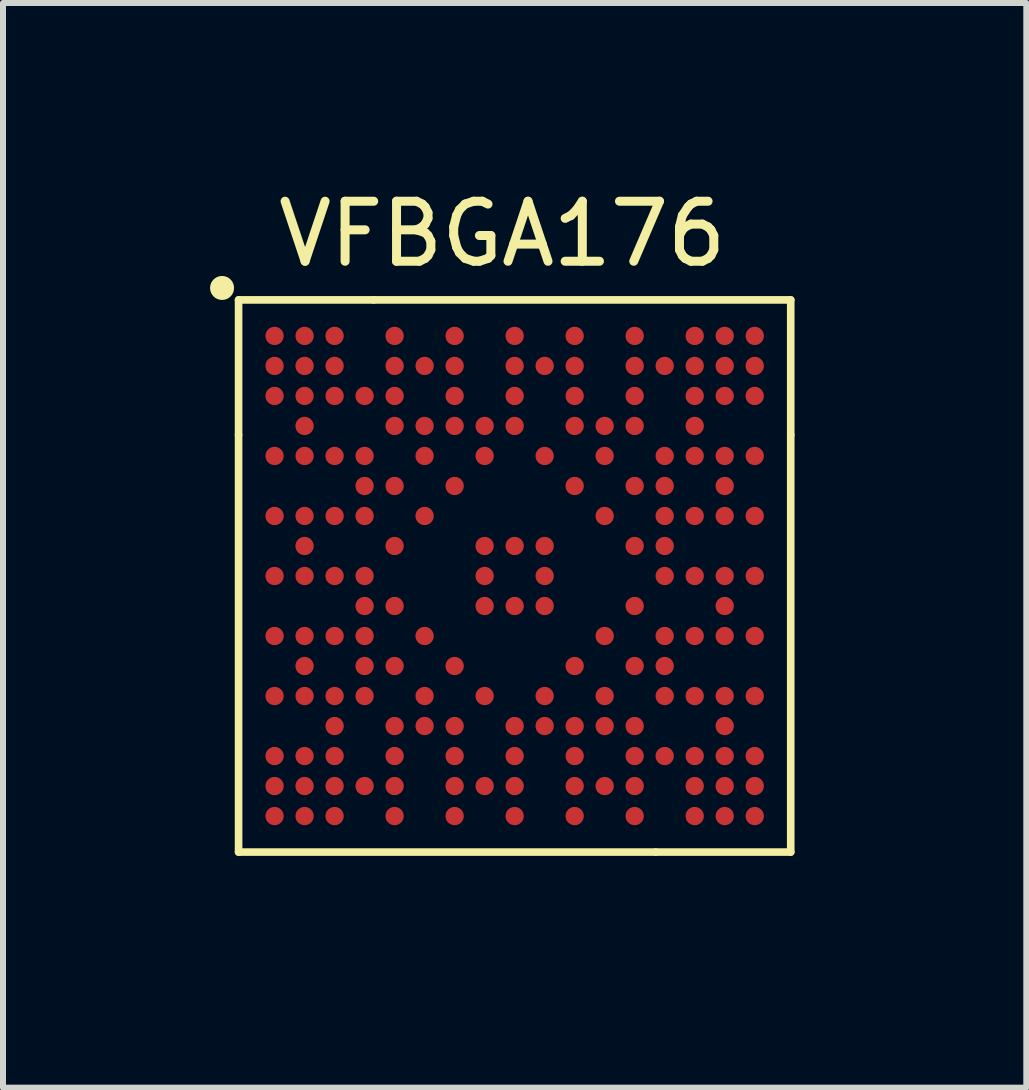
<source format=kicad_pcb>
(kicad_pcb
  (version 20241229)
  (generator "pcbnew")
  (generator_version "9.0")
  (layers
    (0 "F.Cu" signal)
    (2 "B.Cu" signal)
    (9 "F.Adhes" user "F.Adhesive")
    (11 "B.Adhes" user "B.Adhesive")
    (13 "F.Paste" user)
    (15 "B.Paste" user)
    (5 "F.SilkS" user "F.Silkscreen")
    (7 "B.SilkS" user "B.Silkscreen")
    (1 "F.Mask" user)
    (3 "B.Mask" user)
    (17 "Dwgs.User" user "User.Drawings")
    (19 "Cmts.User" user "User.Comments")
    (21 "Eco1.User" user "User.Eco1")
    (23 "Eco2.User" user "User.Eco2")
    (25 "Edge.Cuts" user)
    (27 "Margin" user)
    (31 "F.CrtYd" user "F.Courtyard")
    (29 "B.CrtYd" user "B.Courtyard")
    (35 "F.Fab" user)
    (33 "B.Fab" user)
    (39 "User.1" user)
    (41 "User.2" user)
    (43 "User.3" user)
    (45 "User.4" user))
  (footprint "VFBGA176"
    (layer "F.Cu")
    (at 5.525 6.547)
    (property "Reference" "VFBGA176" (at -0.206 -5.699 0) (layer "F.SilkS") (effects (font (size 1 1) (thickness 0.15))))
    (fp_line (start -4.6 -4.6) (end -2.35 -4.6) (stroke (width 0.127) (type solid)) (layer "F.SilkS"))
    (fp_line (start -4.6 -2.35) (end -4.6 -4.6) (stroke (width 0.127) (type solid)) (layer "F.SilkS"))
    (fp_line (start -4.6 4.6) (end -4.6 -2.35) (stroke (width 0.127) (type solid)) (layer "F.SilkS"))
    (fp_line (start -4.6 4.6) (end 2.35 4.6) (stroke (width 0.127) (type solid)) (layer "F.SilkS"))
    (fp_line (start -2.35 -4.6) (end 4.6 -4.6) (stroke (width 0.127) (type solid)) (layer "F.SilkS"))
    (fp_line (start 2.35 4.6) (end 4.6 4.6) (stroke (width 0.127) (type solid)) (layer "F.SilkS"))
    (fp_line (start 4.6 -2.35) (end 4.6 -4.6) (stroke (width 0.127) (type solid)) (layer "F.SilkS"))
    (fp_line (start 4.6 4.6) (end 4.6 -2.35) (stroke (width 0.127) (type solid)) (layer "F.SilkS"))
    (fp_circle (center -4.875 -4.799) (end -4.875 -4.899) (stroke (width 0.2) (type solid)) (fill no) (layer "F.SilkS"))
    (fp_line (start -5.5 -5.5) (end 5.5 -5.5) (stroke (width 0.05) (type solid)) (layer "Eco2.User"))
    (fp_line (start -5.5 5.5) (end -5.5 -5.5) (stroke (width 0.05) (type solid)) (layer "Eco2.User"))
    (fp_line (start -5.5 5.5) (end 5.5 5.5) (stroke (width 0.05) (type solid)) (layer "Eco2.User"))
    (fp_line (start 5.5 5.5) (end 5.5 -5.5) (stroke (width 0.05) (type solid)) (layer "Eco2.User"))
    (fp_circle (center 0 0) (end 0 -0.1) (stroke (width 0.254) (type solid)) (fill no) (layer "Eco2.User"))
    (pad "A1" smd circle (at -4 -4) (size 0.305 0.305) (layers "F.Cu" "F.Mask" "F.Paste"))
    (pad "A2" smd circle (at -3.5 -4) (size 0.305 0.305) (layers "F.Cu" "F.Mask" "F.Paste"))
    (pad "A3" smd circle (at -3 -4) (size 0.305 0.305) (layers "F.Cu" "F.Mask" "F.Paste"))
    (pad "A5" smd circle (at -2 -4) (size 0.305 0.305) (layers "F.Cu" "F.Mask" "F.Paste"))
    (pad "A7" smd circle (at -1 -4) (size 0.305 0.305) (layers "F.Cu" "F.Mask" "F.Paste"))
    (pad "A9" smd circle (at 0 -4) (size 0.305 0.305) (layers "F.Cu" "F.Mask" "F.Paste"))
    (pad "A11" smd circle (at 1 -4) (size 0.305 0.305) (layers "F.Cu" "F.Mask" "F.Paste"))
    (pad "A13" smd circle (at 2 -4) (size 0.305 0.305) (layers "F.Cu" "F.Mask" "F.Paste"))
    (pad "A15" smd circle (at 3 -4) (size 0.305 0.305) (layers "F.Cu" "F.Mask" "F.Paste"))
    (pad "A16" smd circle (at 3.5 -4) (size 0.305 0.305) (layers "F.Cu" "F.Mask" "F.Paste"))
    (pad "A17" smd circle (at 4 -4) (size 0.305 0.305) (layers "F.Cu" "F.Mask" "F.Paste"))
    (pad "B1" smd circle (at -4 -3.5) (size 0.305 0.305) (layers "F.Cu" "F.Mask" "F.Paste"))
    (pad "B2" smd circle (at -3.5 -3.5) (size 0.305 0.305) (layers "F.Cu" "F.Mask" "F.Paste"))
    (pad "B3" smd circle (at -3 -3.5) (size 0.305 0.305) (layers "F.Cu" "F.Mask" "F.Paste"))
    (pad "B5" smd circle (at -2 -3.5) (size 0.305 0.305) (layers "F.Cu" "F.Mask" "F.Paste"))
    (pad "B6" smd circle (at -1.5 -3.5) (size 0.305 0.305) (layers "F.Cu" "F.Mask" "F.Paste"))
    (pad "B7" smd circle (at -1 -3.5) (size 0.305 0.305) (layers "F.Cu" "F.Mask" "F.Paste"))
    (pad "B9" smd circle (at 0 -3.5) (size 0.305 0.305) (layers "F.Cu" "F.Mask" "F.Paste"))
    (pad "B10" smd circle (at 0.5 -3.5) (size 0.305 0.305) (layers "F.Cu" "F.Mask" "F.Paste"))
    (pad "B11" smd circle (at 1 -3.5) (size 0.305 0.305) (layers "F.Cu" "F.Mask" "F.Paste"))
    (pad "B13" smd circle (at 2 -3.5) (size 0.305 0.305) (layers "F.Cu" "F.Mask" "F.Paste"))
    (pad "B14" smd circle (at 2.5 -3.5) (size 0.305 0.305) (layers "F.Cu" "F.Mask" "F.Paste"))
    (pad "B15" smd circle (at 3 -3.5) (size 0.305 0.305) (layers "F.Cu" "F.Mask" "F.Paste"))
    (pad "B16" smd circle (at 3.5 -3.5) (size 0.305 0.305) (layers "F.Cu" "F.Mask" "F.Paste"))
    (pad "B17" smd circle (at 4 -3.5) (size 0.305 0.305) (layers "F.Cu" "F.Mask" "F.Paste"))
    (pad "C1" smd circle (at -4 -3) (size 0.305 0.305) (layers "F.Cu" "F.Mask" "F.Paste"))
    (pad "C2" smd circle (at -3.5 -3) (size 0.305 0.305) (layers "F.Cu" "F.Mask" "F.Paste"))
    (pad "C3" smd circle (at -3 -3) (size 0.305 0.305) (layers "F.Cu" "F.Mask" "F.Paste"))
    (pad "C4" smd circle (at -2.5 -3) (size 0.305 0.305) (layers "F.Cu" "F.Mask" "F.Paste"))
    (pad "C5" smd circle (at -2 -3) (size 0.305 0.305) (layers "F.Cu" "F.Mask" "F.Paste"))
    (pad "C7" smd circle (at -1 -3) (size 0.305 0.305) (layers "F.Cu" "F.Mask" "F.Paste"))
    (pad "C9" smd circle (at 0 -3) (size 0.305 0.305) (layers "F.Cu" "F.Mask" "F.Paste"))
    (pad "C11" smd circle (at 1 -3) (size 0.305 0.305) (layers "F.Cu" "F.Mask" "F.Paste"))
    (pad "C13" smd circle (at 2 -3) (size 0.305 0.305) (layers "F.Cu" "F.Mask" "F.Paste"))
    (pad "C15" smd circle (at 3 -3) (size 0.305 0.305) (layers "F.Cu" "F.Mask" "F.Paste"))
    (pad "C16" smd circle (at 3.5 -3) (size 0.305 0.305) (layers "F.Cu" "F.Mask" "F.Paste"))
    (pad "C17" smd circle (at 4 -3) (size 0.305 0.305) (layers "F.Cu" "F.Mask" "F.Paste"))
    (pad "D2" smd circle (at -3.5 -2.5) (size 0.305 0.305) (layers "F.Cu" "F.Mask" "F.Paste"))
    (pad "D5" smd circle (at -2 -2.5) (size 0.305 0.305) (layers "F.Cu" "F.Mask" "F.Paste"))
    (pad "D6" smd circle (at -1.5 -2.5) (size 0.305 0.305) (layers "F.Cu" "F.Mask" "F.Paste"))
    (pad "D7" smd circle (at -1 -2.5) (size 0.305 0.305) (layers "F.Cu" "F.Mask" "F.Paste"))
    (pad "D8" smd circle (at -0.5 -2.5) (size 0.305 0.305) (layers "F.Cu" "F.Mask" "F.Paste"))
    (pad "D9" smd circle (at 0 -2.5) (size 0.305 0.305) (layers "F.Cu" "F.Mask" "F.Paste"))
    (pad "D11" smd circle (at 1 -2.5) (size 0.305 0.305) (layers "F.Cu" "F.Mask" "F.Paste"))
    (pad "D12" smd circle (at 1.5 -2.5) (size 0.305 0.305) (layers "F.Cu" "F.Mask" "F.Paste"))
    (pad "D13" smd circle (at 2 -2.5) (size 0.305 0.305) (layers "F.Cu" "F.Mask" "F.Paste"))
    (pad "D15" smd circle (at 3 -2.5) (size 0.305 0.305) (layers "F.Cu" "F.Mask" "F.Paste"))
    (pad "E1" smd circle (at -4 -2) (size 0.305 0.305) (layers "F.Cu" "F.Mask" "F.Paste"))
    (pad "E2" smd circle (at -3.5 -2) (size 0.305 0.305) (layers "F.Cu" "F.Mask" "F.Paste"))
    (pad "E3" smd circle (at -3 -2) (size 0.305 0.305) (layers "F.Cu" "F.Mask" "F.Paste"))
    (pad "E4" smd circle (at -2.5 -2) (size 0.305 0.305) (layers "F.Cu" "F.Mask" "F.Paste"))
    (pad "E6" smd circle (at -1.5 -2) (size 0.305 0.305) (layers "F.Cu" "F.Mask" "F.Paste"))
    (pad "E8" smd circle (at -0.5 -2) (size 0.305 0.305) (layers "F.Cu" "F.Mask" "F.Paste"))
    (pad "E10" smd circle (at 0.5 -2) (size 0.305 0.305) (layers "F.Cu" "F.Mask" "F.Paste"))
    (pad "E12" smd circle (at 1.5 -2) (size 0.305 0.305) (layers "F.Cu" "F.Mask" "F.Paste"))
    (pad "E14" smd circle (at 2.5 -2) (size 0.305 0.305) (layers "F.Cu" "F.Mask" "F.Paste"))
    (pad "E15" smd circle (at 3 -2) (size 0.305 0.305) (layers "F.Cu" "F.Mask" "F.Paste"))
    (pad "E16" smd circle (at 3.5 -2) (size 0.305 0.305) (layers "F.Cu" "F.Mask" "F.Paste"))
    (pad "E17" smd circle (at 4 -2) (size 0.305 0.305) (layers "F.Cu" "F.Mask" "F.Paste"))
    (pad "F4" smd circle (at -2.5 -1.5) (size 0.305 0.305) (layers "F.Cu" "F.Mask" "F.Paste"))
    (pad "F5" smd circle (at -2 -1.5) (size 0.305 0.305) (layers "F.Cu" "F.Mask" "F.Paste"))
    (pad "F7" smd circle (at -1 -1.5) (size 0.305 0.305) (layers "F.Cu" "F.Mask" "F.Paste"))
    (pad "F11" smd circle (at 1 -1.5) (size 0.305 0.305) (layers "F.Cu" "F.Mask" "F.Paste"))
    (pad "F13" smd circle (at 2 -1.5) (size 0.305 0.305) (layers "F.Cu" "F.Mask" "F.Paste"))
    (pad "F14" smd circle (at 2.5 -1.5) (size 0.305 0.305) (layers "F.Cu" "F.Mask" "F.Paste"))
    (pad "F16" smd circle (at 3.5 -1.5) (size 0.305 0.305) (layers "F.Cu" "F.Mask" "F.Paste"))
    (pad "G1" smd circle (at -4 -1) (size 0.305 0.305) (layers "F.Cu" "F.Mask" "F.Paste"))
    (pad "G2" smd circle (at -3.5 -1) (size 0.305 0.305) (layers "F.Cu" "F.Mask" "F.Paste"))
    (pad "G3" smd circle (at -3 -1) (size 0.305 0.305) (layers "F.Cu" "F.Mask" "F.Paste"))
    (pad "G4" smd circle (at -2.5 -1) (size 0.305 0.305) (layers "F.Cu" "F.Mask" "F.Paste"))
    (pad "G6" smd circle (at -1.5 -1) (size 0.305 0.305) (layers "F.Cu" "F.Mask" "F.Paste"))
    (pad "G12" smd circle (at 1.5 -1) (size 0.305 0.305) (layers "F.Cu" "F.Mask" "F.Paste"))
    (pad "G14" smd circle (at 2.5 -1) (size 0.305 0.305) (layers "F.Cu" "F.Mask" "F.Paste"))
    (pad "G15" smd circle (at 3 -1) (size 0.305 0.305) (layers "F.Cu" "F.Mask" "F.Paste"))
    (pad "G16" smd circle (at 3.5 -1) (size 0.305 0.305) (layers "F.Cu" "F.Mask" "F.Paste"))
    (pad "G17" smd circle (at 4 -1) (size 0.305 0.305) (layers "F.Cu" "F.Mask" "F.Paste"))
    (pad "H2" smd circle (at -3.5 -0.5) (size 0.305 0.305) (layers "F.Cu" "F.Mask" "F.Paste"))
    (pad "H5" smd circle (at -2 -0.5) (size 0.305 0.305) (layers "F.Cu" "F.Mask" "F.Paste"))
    (pad "H8" smd circle (at -0.5 -0.5) (size 0.305 0.305) (layers "F.Cu" "F.Mask" "F.Paste"))
    (pad "H9" smd circle (at 0 -0.5) (size 0.305 0.305) (layers "F.Cu" "F.Mask" "F.Paste"))
    (pad "H10" smd circle (at 0.5 -0.5) (size 0.305 0.305) (layers "F.Cu" "F.Mask" "F.Paste"))
    (pad "H13" smd circle (at 2 -0.5) (size 0.305 0.305) (layers "F.Cu" "F.Mask" "F.Paste"))
    (pad "H14" smd circle (at 2.5 -0.5) (size 0.305 0.305) (layers "F.Cu" "F.Mask" "F.Paste"))
    (pad "J1" smd circle (at -4 0) (size 0.305 0.305) (layers "F.Cu" "F.Mask" "F.Paste"))
    (pad "J2" smd circle (at -3.5 0) (size 0.305 0.305) (layers "F.Cu" "F.Mask" "F.Paste"))
    (pad "J3" smd circle (at -3 0) (size 0.305 0.305) (layers "F.Cu" "F.Mask" "F.Paste"))
    (pad "J4" smd circle (at -2.5 0) (size 0.305 0.305) (layers "F.Cu" "F.Mask" "F.Paste"))
    (pad "J8" smd circle (at -0.5 0) (size 0.305 0.305) (layers "F.Cu" "F.Mask" "F.Paste"))
    (pad "J10" smd circle (at 0.5 0) (size 0.305 0.305) (layers "F.Cu" "F.Mask" "F.Paste"))
    (pad "J14" smd circle (at 2.5 0) (size 0.305 0.305) (layers "F.Cu" "F.Mask" "F.Paste"))
    (pad "J15" smd circle (at 3 0) (size 0.305 0.305) (layers "F.Cu" "F.Mask" "F.Paste"))
    (pad "J16" smd circle (at 3.5 0) (size 0.305 0.305) (layers "F.Cu" "F.Mask" "F.Paste"))
    (pad "J17" smd circle (at 4 0) (size 0.305 0.305) (layers "F.Cu" "F.Mask" "F.Paste"))
    (pad "K4" smd circle (at -2.5 0.5) (size 0.305 0.305) (layers "F.Cu" "F.Mask" "F.Paste"))
    (pad "K5" smd circle (at -2 0.5) (size 0.305 0.305) (layers "F.Cu" "F.Mask" "F.Paste"))
    (pad "K8" smd circle (at -0.5 0.5) (size 0.305 0.305) (layers "F.Cu" "F.Mask" "F.Paste"))
    (pad "K9" smd circle (at 0 0.5) (size 0.305 0.305) (layers "F.Cu" "F.Mask" "F.Paste"))
    (pad "K10" smd circle (at 0.5 0.5) (size 0.305 0.305) (layers "F.Cu" "F.Mask" "F.Paste"))
    (pad "K13" smd circle (at 2 0.5) (size 0.305 0.305) (layers "F.Cu" "F.Mask" "F.Paste"))
    (pad "K16" smd circle (at 3.5 0.5) (size 0.305 0.305) (layers "F.Cu" "F.Mask" "F.Paste"))
    (pad "L1" smd circle (at -4 1) (size 0.305 0.305) (layers "F.Cu" "F.Mask" "F.Paste"))
    (pad "L2" smd circle (at -3.5 1) (size 0.305 0.305) (layers "F.Cu" "F.Mask" "F.Paste"))
    (pad "L3" smd circle (at -3 1) (size 0.305 0.305) (layers "F.Cu" "F.Mask" "F.Paste"))
    (pad "L4" smd circle (at -2.5 1) (size 0.305 0.305) (layers "F.Cu" "F.Mask" "F.Paste"))
    (pad "L6" smd circle (at -1.5 1) (size 0.305 0.305) (layers "F.Cu" "F.Mask" "F.Paste"))
    (pad "L12" smd circle (at 1.5 1) (size 0.305 0.305) (layers "F.Cu" "F.Mask" "F.Paste"))
    (pad "L14" smd circle (at 2.5 1) (size 0.305 0.305) (layers "F.Cu" "F.Mask" "F.Paste"))
    (pad "L15" smd circle (at 3 1) (size 0.305 0.305) (layers "F.Cu" "F.Mask" "F.Paste"))
    (pad "L16" smd circle (at 3.5 1) (size 0.305 0.305) (layers "F.Cu" "F.Mask" "F.Paste"))
    (pad "L17" smd circle (at 4 1) (size 0.305 0.305) (layers "F.Cu" "F.Mask" "F.Paste"))
    (pad "M2" smd circle (at -3.5 1.5) (size 0.305 0.305) (layers "F.Cu" "F.Mask" "F.Paste"))
    (pad "M4" smd circle (at -2.5 1.5) (size 0.305 0.305) (layers "F.Cu" "F.Mask" "F.Paste"))
    (pad "M5" smd circle (at -2 1.5) (size 0.305 0.305) (layers "F.Cu" "F.Mask" "F.Paste"))
    (pad "M7" smd circle (at -1 1.5) (size 0.305 0.305) (layers "F.Cu" "F.Mask" "F.Paste"))
    (pad "M11" smd circle (at 1 1.5) (size 0.305 0.305) (layers "F.Cu" "F.Mask" "F.Paste"))
    (pad "M13" smd circle (at 2 1.5) (size 0.305 0.305) (layers "F.Cu" "F.Mask" "F.Paste"))
    (pad "M14" smd circle (at 2.5 1.5) (size 0.305 0.305) (layers "F.Cu" "F.Mask" "F.Paste"))
    (pad "N1" smd circle (at -4 2) (size 0.305 0.305) (layers "F.Cu" "F.Mask" "F.Paste"))
    (pad "N2" smd circle (at -3.5 2) (size 0.305 0.305) (layers "F.Cu" "F.Mask" "F.Paste"))
    (pad "N3" smd circle (at -3 2) (size 0.305 0.305) (layers "F.Cu" "F.Mask" "F.Paste"))
    (pad "N4" smd circle (at -2.5 2) (size 0.305 0.305) (layers "F.Cu" "F.Mask" "F.Paste"))
    (pad "N6" smd circle (at -1.5 2) (size 0.305 0.305) (layers "F.Cu" "F.Mask" "F.Paste"))
    (pad "N8" smd circle (at -0.5 2) (size 0.305 0.305) (layers "F.Cu" "F.Mask" "F.Paste"))
    (pad "N10" smd circle (at 0.5 2) (size 0.305 0.305) (layers "F.Cu" "F.Mask" "F.Paste"))
    (pad "N12" smd circle (at 1.5 2) (size 0.305 0.305) (layers "F.Cu" "F.Mask" "F.Paste"))
    (pad "N14" smd circle (at 2.5 2) (size 0.305 0.305) (layers "F.Cu" "F.Mask" "F.Paste"))
    (pad "N15" smd circle (at 3 2) (size 0.305 0.305) (layers "F.Cu" "F.Mask" "F.Paste"))
    (pad "N16" smd circle (at 3.5 2) (size 0.305 0.305) (layers "F.Cu" "F.Mask" "F.Paste"))
    (pad "N17" smd circle (at 4 2) (size 0.305 0.305) (layers "F.Cu" "F.Mask" "F.Paste"))
    (pad "P3" smd circle (at -3 2.5) (size 0.305 0.305) (layers "F.Cu" "F.Mask" "F.Paste"))
    (pad "P5" smd circle (at -2 2.5) (size 0.305 0.305) (layers "F.Cu" "F.Mask" "F.Paste"))
    (pad "P6" smd circle (at -1.5 2.5) (size 0.305 0.305) (layers "F.Cu" "F.Mask" "F.Paste"))
    (pad "P7" smd circle (at -1 2.5) (size 0.305 0.305) (layers "F.Cu" "F.Mask" "F.Paste"))
    (pad "P9" smd circle (at 0 2.5) (size 0.305 0.305) (layers "F.Cu" "F.Mask" "F.Paste"))
    (pad "P10" smd circle (at 0.5 2.5) (size 0.305 0.305) (layers "F.Cu" "F.Mask" "F.Paste"))
    (pad "P11" smd circle (at 1 2.5) (size 0.305 0.305) (layers "F.Cu" "F.Mask" "F.Paste"))
    (pad "P12" smd circle (at 1.5 2.5) (size 0.305 0.305) (layers "F.Cu" "F.Mask" "F.Paste"))
    (pad "P13" smd circle (at 2 2.5) (size 0.305 0.305) (layers "F.Cu" "F.Mask" "F.Paste"))
    (pad "P16" smd circle (at 3.5 2.5) (size 0.305 0.305) (layers "F.Cu" "F.Mask" "F.Paste"))
    (pad "R1" smd circle (at -4 3) (size 0.305 0.305) (layers "F.Cu" "F.Mask" "F.Paste"))
    (pad "R2" smd circle (at -3.5 3) (size 0.305 0.305) (layers "F.Cu" "F.Mask" "F.Paste"))
    (pad "R3" smd circle (at -3 3) (size 0.305 0.305) (layers "F.Cu" "F.Mask" "F.Paste"))
    (pad "R5" smd circle (at -2 3) (size 0.305 0.305) (layers "F.Cu" "F.Mask" "F.Paste"))
    (pad "R7" smd circle (at -1 3) (size 0.305 0.305) (layers "F.Cu" "F.Mask" "F.Paste"))
    (pad "R9" smd circle (at 0 3) (size 0.305 0.305) (layers "F.Cu" "F.Mask" "F.Paste"))
    (pad "R11" smd circle (at 1 3) (size 0.305 0.305) (layers "F.Cu" "F.Mask" "F.Paste"))
    (pad "R13" smd circle (at 2 3) (size 0.305 0.305) (layers "F.Cu" "F.Mask" "F.Paste"))
    (pad "R14" smd circle (at 2.5 3) (size 0.305 0.305) (layers "F.Cu" "F.Mask" "F.Paste"))
    (pad "R15" smd circle (at 3 3) (size 0.305 0.305) (layers "F.Cu" "F.Mask" "F.Paste"))
    (pad "R16" smd circle (at 3.5 3) (size 0.305 0.305) (layers "F.Cu" "F.Mask" "F.Paste"))
    (pad "R17" smd circle (at 4 3) (size 0.305 0.305) (layers "F.Cu" "F.Mask" "F.Paste"))
    (pad "T1" smd circle (at -4 3.5) (size 0.305 0.305) (layers "F.Cu" "F.Mask" "F.Paste"))
    (pad "T2" smd circle (at -3.5 3.5) (size 0.305 0.305) (layers "F.Cu" "F.Mask" "F.Paste"))
    (pad "T3" smd circle (at -3 3.5) (size 0.305 0.305) (layers "F.Cu" "F.Mask" "F.Paste"))
    (pad "T4" smd circle (at -2.5 3.5) (size 0.305 0.305) (layers "F.Cu" "F.Mask" "F.Paste"))
    (pad "T5" smd circle (at -2 3.5) (size 0.305 0.305) (layers "F.Cu" "F.Mask" "F.Paste"))
    (pad "T7" smd circle (at -1 3.5) (size 0.305 0.305) (layers "F.Cu" "F.Mask" "F.Paste"))
    (pad "T8" smd circle (at -0.5 3.5) (size 0.305 0.305) (layers "F.Cu" "F.Mask" "F.Paste"))
    (pad "T9" smd circle (at 0 3.5) (size 0.305 0.305) (layers "F.Cu" "F.Mask" "F.Paste"))
    (pad "T11" smd circle (at 1 3.5) (size 0.305 0.305) (layers "F.Cu" "F.Mask" "F.Paste"))
    (pad "T12" smd circle (at 1.5 3.5) (size 0.305 0.305) (layers "F.Cu" "F.Mask" "F.Paste"))
    (pad "T13" smd circle (at 2 3.5) (size 0.305 0.305) (layers "F.Cu" "F.Mask" "F.Paste"))
    (pad "T15" smd circle (at 3 3.5) (size 0.305 0.305) (layers "F.Cu" "F.Mask" "F.Paste"))
    (pad "T16" smd circle (at 3.5 3.5) (size 0.305 0.305) (layers "F.Cu" "F.Mask" "F.Paste"))
    (pad "T17" smd circle (at 4 3.5) (size 0.305 0.305) (layers "F.Cu" "F.Mask" "F.Paste"))
    (pad "U1" smd circle (at -4 4) (size 0.305 0.305) (layers "F.Cu" "F.Mask" "F.Paste"))
    (pad "U2" smd circle (at -3.5 4) (size 0.305 0.305) (layers "F.Cu" "F.Mask" "F.Paste"))
    (pad "U3" smd circle (at -3 4) (size 0.305 0.305) (layers "F.Cu" "F.Mask" "F.Paste"))
    (pad "U5" smd circle (at -2 4) (size 0.305 0.305) (layers "F.Cu" "F.Mask" "F.Paste"))
    (pad "U7" smd circle (at -1 4) (size 0.305 0.305) (layers "F.Cu" "F.Mask" "F.Paste"))
    (pad "U9" smd circle (at 0 4) (size 0.305 0.305) (layers "F.Cu" "F.Mask" "F.Paste"))
    (pad "U11" smd circle (at 1 4) (size 0.305 0.305) (layers "F.Cu" "F.Mask" "F.Paste"))
    (pad "U13" smd circle (at 2 4) (size 0.305 0.305) (layers "F.Cu" "F.Mask" "F.Paste"))
    (pad "U15" smd circle (at 3 4) (size 0.305 0.305) (layers "F.Cu" "F.Mask" "F.Paste"))
    (pad "U16" smd circle (at 3.5 4) (size 0.305 0.305) (layers "F.Cu" "F.Mask" "F.Paste"))
    (pad "U17" smd circle (at 4 4) (size 0.305 0.305) (layers "F.Cu" "F.Mask" "F.Paste")))
  (gr_rect
    (start -3 -3)
    (end 14.05 15.072)
    (stroke (width 0.1) (type default))
    (fill no)
    (layer "Edge.Cuts")))
</source>
